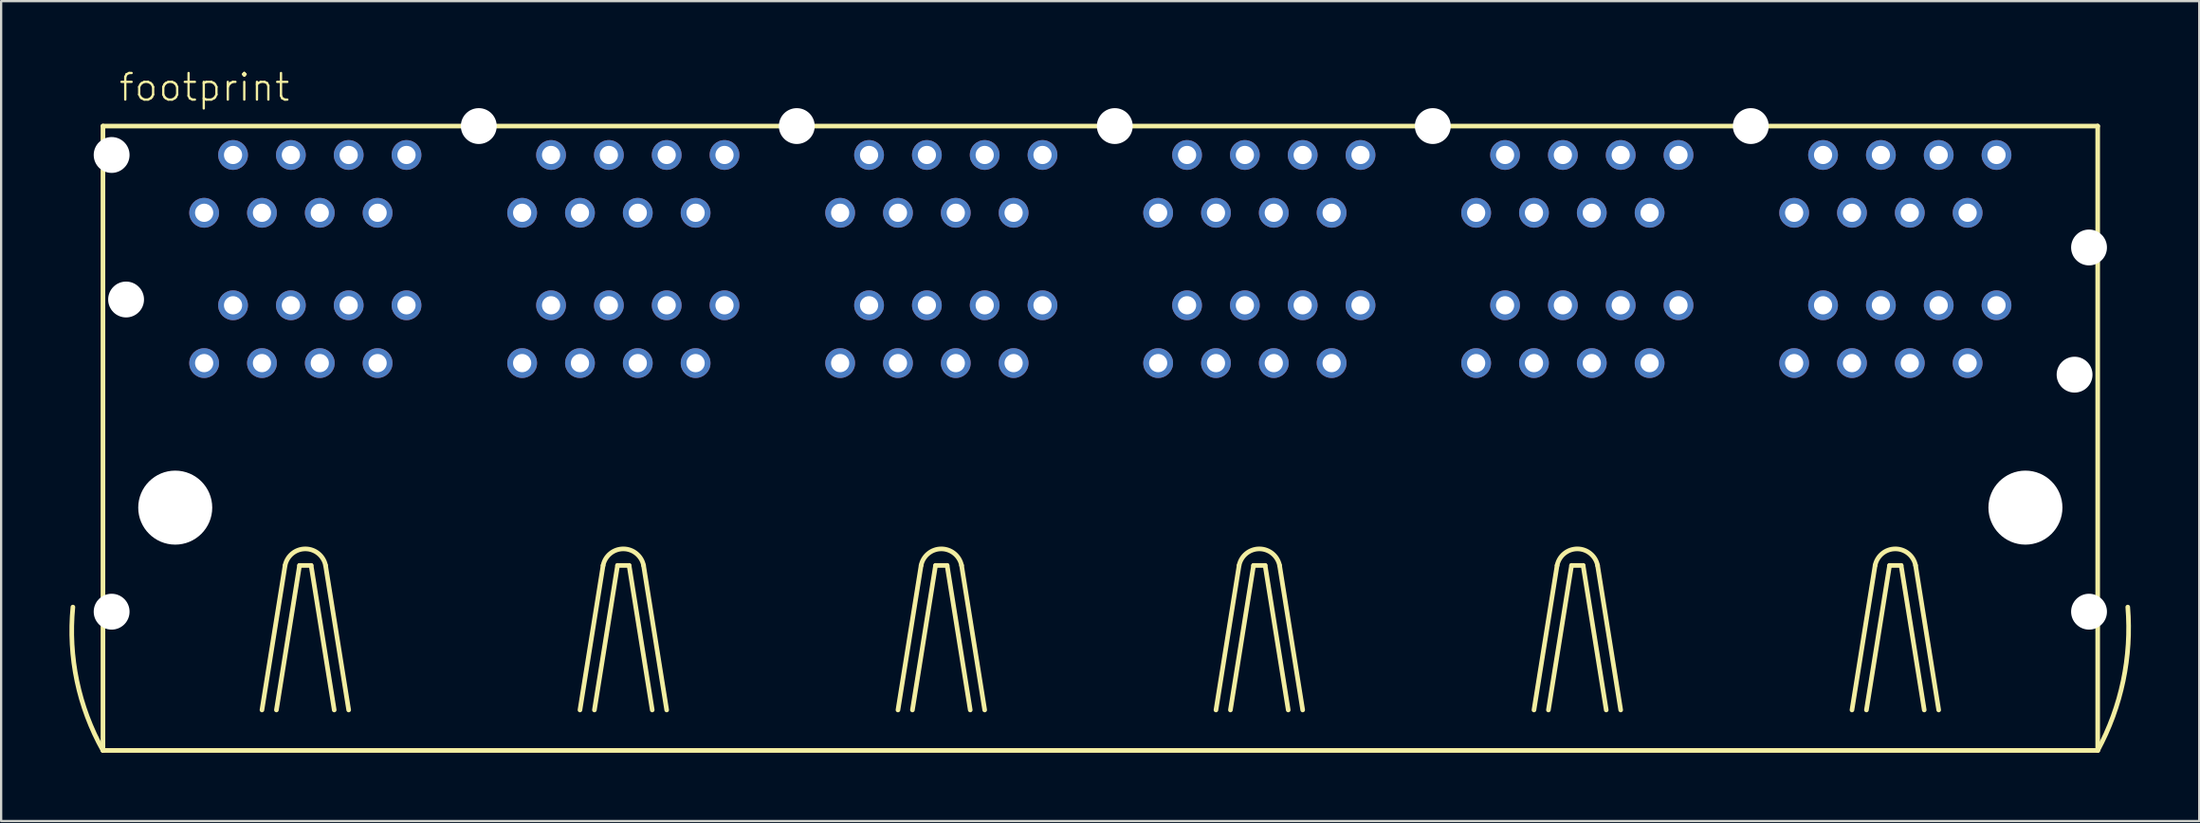
<source format=kicad_pcb>
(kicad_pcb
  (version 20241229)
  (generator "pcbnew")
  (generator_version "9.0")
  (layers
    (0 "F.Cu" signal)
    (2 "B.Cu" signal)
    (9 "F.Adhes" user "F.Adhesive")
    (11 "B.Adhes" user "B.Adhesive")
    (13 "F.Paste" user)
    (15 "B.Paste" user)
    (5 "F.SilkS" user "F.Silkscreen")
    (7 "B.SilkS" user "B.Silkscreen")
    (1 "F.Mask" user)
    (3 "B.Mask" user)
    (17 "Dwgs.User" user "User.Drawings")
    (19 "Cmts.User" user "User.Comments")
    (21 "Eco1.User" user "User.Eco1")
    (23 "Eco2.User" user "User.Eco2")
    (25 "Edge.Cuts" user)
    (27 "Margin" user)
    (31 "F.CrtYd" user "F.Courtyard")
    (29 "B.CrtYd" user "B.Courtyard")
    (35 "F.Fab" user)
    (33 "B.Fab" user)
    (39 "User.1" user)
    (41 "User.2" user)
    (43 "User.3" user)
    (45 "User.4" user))
  (footprint "footprint"
    (layer "F.Cu")
    (at 45.288 19.253)
    (property "Reference" "footprint" (at -43.18 -17.78 0) (layer "F.SilkS") (effects (font (size 1.168 1.168) (thickness 0.102)) (justify left bottom)))
    (fp_line (start -43.815 -16.764) (end -43.815 10.668) (stroke (width 0.203) (type solid)) (layer "F.SilkS"))
    (fp_line (start -43.815 10.668) (end 43.815 10.668) (stroke (width 0.203) (type solid)) (layer "F.SilkS"))
    (fp_line (start -36.83 8.89) (end -35.814 2.54) (stroke (width 0.203) (type solid)) (layer "F.SilkS"))
    (fp_line (start -36.195 8.89) (end -35.179 2.54) (stroke (width 0.203) (type solid)) (layer "F.SilkS"))
    (fp_line (start -35.179 2.54) (end -34.671 2.54) (stroke (width 0.203) (type solid)) (layer "F.SilkS"))
    (fp_line (start -34.671 2.54) (end -33.655 8.89) (stroke (width 0.203) (type solid)) (layer "F.SilkS"))
    (fp_line (start -34.036 2.54) (end -33.02 8.89) (stroke (width 0.203) (type solid)) (layer "F.SilkS"))
    (fp_line (start -22.86 8.89) (end -21.844 2.54) (stroke (width 0.203) (type solid)) (layer "F.SilkS"))
    (fp_line (start -22.225 8.89) (end -21.209 2.54) (stroke (width 0.203) (type solid)) (layer "F.SilkS"))
    (fp_line (start -21.209 2.54) (end -20.701 2.54) (stroke (width 0.203) (type solid)) (layer "F.SilkS"))
    (fp_line (start -20.701 2.54) (end -19.685 8.89) (stroke (width 0.203) (type solid)) (layer "F.SilkS"))
    (fp_line (start -20.066 2.54) (end -19.05 8.89) (stroke (width 0.203) (type solid)) (layer "F.SilkS"))
    (fp_line (start -8.89 8.89) (end -7.874 2.54) (stroke (width 0.203) (type solid)) (layer "F.SilkS"))
    (fp_line (start -8.255 8.89) (end -7.239 2.54) (stroke (width 0.203) (type solid)) (layer "F.SilkS"))
    (fp_line (start -7.239 2.54) (end -6.731 2.54) (stroke (width 0.203) (type solid)) (layer "F.SilkS"))
    (fp_line (start -6.731 2.54) (end -5.715 8.89) (stroke (width 0.203) (type solid)) (layer "F.SilkS"))
    (fp_line (start -6.096 2.54) (end -5.08 8.89) (stroke (width 0.203) (type solid)) (layer "F.SilkS"))
    (fp_line (start 5.08 8.89) (end 6.096 2.54) (stroke (width 0.203) (type solid)) (layer "F.SilkS"))
    (fp_line (start 5.715 8.89) (end 6.731 2.54) (stroke (width 0.203) (type solid)) (layer "F.SilkS"))
    (fp_line (start 6.731 2.54) (end 7.239 2.54) (stroke (width 0.203) (type solid)) (layer "F.SilkS"))
    (fp_line (start 7.239 2.54) (end 8.255 8.89) (stroke (width 0.203) (type solid)) (layer "F.SilkS"))
    (fp_line (start 7.874 2.54) (end 8.89 8.89) (stroke (width 0.203) (type solid)) (layer "F.SilkS"))
    (fp_line (start 19.05 8.89) (end 20.066 2.54) (stroke (width 0.203) (type solid)) (layer "F.SilkS"))
    (fp_line (start 19.685 8.89) (end 20.701 2.54) (stroke (width 0.203) (type solid)) (layer "F.SilkS"))
    (fp_line (start 20.701 2.54) (end 21.209 2.54) (stroke (width 0.203) (type solid)) (layer "F.SilkS"))
    (fp_line (start 21.209 2.54) (end 22.225 8.89) (stroke (width 0.203) (type solid)) (layer "F.SilkS"))
    (fp_line (start 21.844 2.54) (end 22.86 8.89) (stroke (width 0.203) (type solid)) (layer "F.SilkS"))
    (fp_line (start 33.02 8.89) (end 34.036 2.54) (stroke (width 0.203) (type solid)) (layer "F.SilkS"))
    (fp_line (start 33.655 8.89) (end 34.671 2.54) (stroke (width 0.203) (type solid)) (layer "F.SilkS"))
    (fp_line (start 34.671 2.54) (end 35.179 2.54) (stroke (width 0.203) (type solid)) (layer "F.SilkS"))
    (fp_line (start 35.179 2.54) (end 36.195 8.89) (stroke (width 0.203) (type solid)) (layer "F.SilkS"))
    (fp_line (start 35.814 2.54) (end 36.83 8.89) (stroke (width 0.203) (type solid)) (layer "F.SilkS"))
    (fp_line (start 43.815 -16.764) (end -43.815 -16.764) (stroke (width 0.203) (type solid)) (layer "F.SilkS"))
    (fp_line (start 43.815 10.668) (end 43.815 -16.764) (stroke (width 0.203) (type solid)) (layer "F.SilkS"))
    (fp_arc (start -43.814999 10.668) (mid -44.958084 7.619608) (end -45.1358 4.3688) (stroke (width 0.2032) (type solid)) (layer "F.SilkS"))
    (fp_arc (start -35.814 2.54) (mid -34.925 1.812319) (end -34.036 2.54) (stroke (width 0.2032) (type solid)) (layer "F.SilkS"))
    (fp_arc (start -21.844 2.54) (mid -20.955 1.812319) (end -20.066 2.54) (stroke (width 0.2032) (type solid)) (layer "F.SilkS"))
    (fp_arc (start -7.874 2.54) (mid -6.985 1.812319) (end -6.096 2.54) (stroke (width 0.2032) (type solid)) (layer "F.SilkS"))
    (fp_arc (start 6.096 2.54) (mid 6.985 1.812319) (end 7.874 2.54) (stroke (width 0.2032) (type solid)) (layer "F.SilkS"))
    (fp_arc (start 20.066 2.54) (mid 20.955 1.812319) (end 21.844 2.54) (stroke (width 0.2032) (type solid)) (layer "F.SilkS"))
    (fp_arc (start 34.036 2.54) (mid 34.925 1.812319) (end 35.814 2.54) (stroke (width 0.2032) (type solid)) (layer "F.SilkS"))
    (fp_arc (start 45.1358 4.3688) (mid 44.933237 7.614398) (end 43.815 10.668) (stroke (width 0.2032) (type solid)) (layer "F.SilkS"))
    (pad "" np_thru_hole circle (at -43.434 -15.494) (size 1.575 1.575) (drill 1.575) (layers "*.Cu" "*.Mask"))
    (pad "" np_thru_hole circle (at -43.434 4.572) (size 1.575 1.575) (drill 1.575) (layers "*.Cu" "*.Mask"))
    (pad "" np_thru_hole circle (at -42.799 -9.144) (size 1.575 1.575) (drill 1.575) (layers "*.Cu" "*.Mask"))
    (pad "" np_thru_hole circle (at -40.64 0) (size 3.251 3.251) (drill 3.251) (layers "*.Cu" "*.Mask"))
    (pad "" np_thru_hole circle (at -27.305 -16.764) (size 1.575 1.575) (drill 1.575) (layers "*.Cu" "*.Mask"))
    (pad "" np_thru_hole circle (at -13.335 -16.764) (size 1.575 1.575) (drill 1.575) (layers "*.Cu" "*.Mask"))
    (pad "" np_thru_hole circle (at 0.635 -16.764) (size 1.575 1.575) (drill 1.575) (layers "*.Cu" "*.Mask"))
    (pad "" np_thru_hole circle (at 14.605 -16.764) (size 1.575 1.575) (drill 1.575) (layers "*.Cu" "*.Mask"))
    (pad "" np_thru_hole circle (at 28.575 -16.764) (size 1.575 1.575) (drill 1.575) (layers "*.Cu" "*.Mask"))
    (pad "" np_thru_hole circle (at 40.64 0) (size 3.251 3.251) (drill 3.251) (layers "*.Cu" "*.Mask"))
    (pad "" np_thru_hole circle (at 42.799 -5.842) (size 1.575 1.575) (drill 1.575) (layers "*.Cu" "*.Mask"))
    (pad "" np_thru_hole circle (at 43.434 -11.43) (size 1.575 1.575) (drill 1.575) (layers "*.Cu" "*.Mask"))
    (pad "" np_thru_hole circle (at 43.434 4.572) (size 1.575 1.575) (drill 1.575) (layers "*.Cu" "*.Mask"))
    (pad "A1-1" thru_hole circle (at -39.37 -6.35) (size 1.308 1.308) (drill 0.8) (layers "*.Cu" "*.Mask"))
    (pad "A1-2" thru_hole circle (at -38.1 -8.89) (size 1.308 1.308) (drill 0.8) (layers "*.Cu" "*.Mask"))
    (pad "A1-3" thru_hole circle (at -36.83 -6.35) (size 1.308 1.308) (drill 0.8) (layers "*.Cu" "*.Mask"))
    (pad "A1-4" thru_hole circle (at -35.56 -8.89) (size 1.308 1.308) (drill 0.8) (layers "*.Cu" "*.Mask"))
    (pad "A1-5" thru_hole circle (at -34.29 -6.35) (size 1.308 1.308) (drill 0.8) (layers "*.Cu" "*.Mask"))
    (pad "A1-6" thru_hole circle (at -33.02 -8.89) (size 1.308 1.308) (drill 0.8) (layers "*.Cu" "*.Mask"))
    (pad "A1-7" thru_hole circle (at -31.75 -6.35) (size 1.308 1.308) (drill 0.8) (layers "*.Cu" "*.Mask"))
    (pad "A1-8" thru_hole circle (at -30.48 -8.89) (size 1.308 1.308) (drill 0.8) (layers "*.Cu" "*.Mask"))
    (pad "A2-1" thru_hole circle (at -30.48 -15.494) (size 1.308 1.308) (drill 0.8) (layers "*.Cu" "*.Mask"))
    (pad "A2-2" thru_hole circle (at -31.75 -12.954) (size 1.308 1.308) (drill 0.8) (layers "*.Cu" "*.Mask"))
    (pad "A2-3" thru_hole circle (at -33.02 -15.494) (size 1.308 1.308) (drill 0.8) (layers "*.Cu" "*.Mask"))
    (pad "A2-4" thru_hole circle (at -34.29 -12.954) (size 1.308 1.308) (drill 0.8) (layers "*.Cu" "*.Mask"))
    (pad "A2-5" thru_hole circle (at -35.56 -15.494) (size 1.308 1.308) (drill 0.8) (layers "*.Cu" "*.Mask"))
    (pad "A2-6" thru_hole circle (at -36.83 -12.954) (size 1.308 1.308) (drill 0.8) (layers "*.Cu" "*.Mask"))
    (pad "A2-7" thru_hole circle (at -38.1 -15.494) (size 1.308 1.308) (drill 0.8) (layers "*.Cu" "*.Mask"))
    (pad "A2-8" thru_hole circle (at -39.37 -12.954) (size 1.308 1.308) (drill 0.8) (layers "*.Cu" "*.Mask"))
    (pad "B1-1" thru_hole circle (at -25.4 -6.35) (size 1.308 1.308) (drill 0.8) (layers "*.Cu" "*.Mask"))
    (pad "B1-2" thru_hole circle (at -24.13 -8.89) (size 1.308 1.308) (drill 0.8) (layers "*.Cu" "*.Mask"))
    (pad "B1-3" thru_hole circle (at -22.86 -6.35) (size 1.308 1.308) (drill 0.8) (layers "*.Cu" "*.Mask"))
    (pad "B1-4" thru_hole circle (at -21.59 -8.89) (size 1.308 1.308) (drill 0.8) (layers "*.Cu" "*.Mask"))
    (pad "B1-5" thru_hole circle (at -20.32 -6.35) (size 1.308 1.308) (drill 0.8) (layers "*.Cu" "*.Mask"))
    (pad "B1-6" thru_hole circle (at -19.05 -8.89) (size 1.308 1.308) (drill 0.8) (layers "*.Cu" "*.Mask"))
    (pad "B1-7" thru_hole circle (at -17.78 -6.35) (size 1.308 1.308) (drill 0.8) (layers "*.Cu" "*.Mask"))
    (pad "B1-8" thru_hole circle (at -16.51 -8.89) (size 1.308 1.308) (drill 0.8) (layers "*.Cu" "*.Mask"))
    (pad "B2-1" thru_hole circle (at -16.51 -15.494) (size 1.308 1.308) (drill 0.8) (layers "*.Cu" "*.Mask"))
    (pad "B2-2" thru_hole circle (at -17.78 -12.954) (size 1.308 1.308) (drill 0.8) (layers "*.Cu" "*.Mask"))
    (pad "B2-3" thru_hole circle (at -19.05 -15.494) (size 1.308 1.308) (drill 0.8) (layers "*.Cu" "*.Mask"))
    (pad "B2-4" thru_hole circle (at -20.32 -12.954) (size 1.308 1.308) (drill 0.8) (layers "*.Cu" "*.Mask"))
    (pad "B2-5" thru_hole circle (at -21.59 -15.494) (size 1.308 1.308) (drill 0.8) (layers "*.Cu" "*.Mask"))
    (pad "B2-6" thru_hole circle (at -22.86 -12.954) (size 1.308 1.308) (drill 0.8) (layers "*.Cu" "*.Mask"))
    (pad "B2-7" thru_hole circle (at -24.13 -15.494) (size 1.308 1.308) (drill 0.8) (layers "*.Cu" "*.Mask"))
    (pad "B2-8" thru_hole circle (at -25.4 -12.954) (size 1.308 1.308) (drill 0.8) (layers "*.Cu" "*.Mask"))
    (pad "C1-1" thru_hole circle (at -11.43 -6.35) (size 1.308 1.308) (drill 0.8) (layers "*.Cu" "*.Mask"))
    (pad "C1-2" thru_hole circle (at -10.16 -8.89) (size 1.308 1.308) (drill 0.8) (layers "*.Cu" "*.Mask"))
    (pad "C1-3" thru_hole circle (at -8.89 -6.35) (size 1.308 1.308) (drill 0.8) (layers "*.Cu" "*.Mask"))
    (pad "C1-4" thru_hole circle (at -7.62 -8.89) (size 1.308 1.308) (drill 0.8) (layers "*.Cu" "*.Mask"))
    (pad "C1-5" thru_hole circle (at -6.35 -6.35) (size 1.308 1.308) (drill 0.8) (layers "*.Cu" "*.Mask"))
    (pad "C1-6" thru_hole circle (at -5.08 -8.89) (size 1.308 1.308) (drill 0.8) (layers "*.Cu" "*.Mask"))
    (pad "C1-7" thru_hole circle (at -3.81 -6.35) (size 1.308 1.308) (drill 0.8) (layers "*.Cu" "*.Mask"))
    (pad "C1-8" thru_hole circle (at -2.54 -8.89) (size 1.308 1.308) (drill 0.8) (layers "*.Cu" "*.Mask"))
    (pad "C2-1" thru_hole circle (at -2.54 -15.494) (size 1.308 1.308) (drill 0.8) (layers "*.Cu" "*.Mask"))
    (pad "C2-2" thru_hole circle (at -3.81 -12.954) (size 1.308 1.308) (drill 0.8) (layers "*.Cu" "*.Mask"))
    (pad "C2-3" thru_hole circle (at -5.08 -15.494) (size 1.308 1.308) (drill 0.8) (layers "*.Cu" "*.Mask"))
    (pad "C2-4" thru_hole circle (at -6.35 -12.954) (size 1.308 1.308) (drill 0.8) (layers "*.Cu" "*.Mask"))
    (pad "C2-5" thru_hole circle (at -7.62 -15.494) (size 1.308 1.308) (drill 0.8) (layers "*.Cu" "*.Mask"))
    (pad "C2-6" thru_hole circle (at -8.89 -12.954) (size 1.308 1.308) (drill 0.8) (layers "*.Cu" "*.Mask"))
    (pad "C2-7" thru_hole circle (at -10.16 -15.494) (size 1.308 1.308) (drill 0.8) (layers "*.Cu" "*.Mask"))
    (pad "C2-8" thru_hole circle (at -11.43 -12.954) (size 1.308 1.308) (drill 0.8) (layers "*.Cu" "*.Mask"))
    (pad "D1-1" thru_hole circle (at 2.54 -6.35) (size 1.308 1.308) (drill 0.8) (layers "*.Cu" "*.Mask"))
    (pad "D1-2" thru_hole circle (at 3.81 -8.89) (size 1.308 1.308) (drill 0.8) (layers "*.Cu" "*.Mask"))
    (pad "D1-3" thru_hole circle (at 5.08 -6.35) (size 1.308 1.308) (drill 0.8) (layers "*.Cu" "*.Mask"))
    (pad "D1-4" thru_hole circle (at 6.35 -8.89) (size 1.308 1.308) (drill 0.8) (layers "*.Cu" "*.Mask"))
    (pad "D1-5" thru_hole circle (at 7.62 -6.35) (size 1.308 1.308) (drill 0.8) (layers "*.Cu" "*.Mask"))
    (pad "D1-6" thru_hole circle (at 8.89 -8.89) (size 1.308 1.308) (drill 0.8) (layers "*.Cu" "*.Mask"))
    (pad "D1-7" thru_hole circle (at 10.16 -6.35) (size 1.308 1.308) (drill 0.8) (layers "*.Cu" "*.Mask"))
    (pad "D1-8" thru_hole circle (at 11.43 -8.89) (size 1.308 1.308) (drill 0.8) (layers "*.Cu" "*.Mask"))
    (pad "D2-1" thru_hole circle (at 11.43 -15.494) (size 1.308 1.308) (drill 0.8) (layers "*.Cu" "*.Mask"))
    (pad "D2-2" thru_hole circle (at 10.16 -12.954) (size 1.308 1.308) (drill 0.8) (layers "*.Cu" "*.Mask"))
    (pad "D2-3" thru_hole circle (at 8.89 -15.494) (size 1.308 1.308) (drill 0.8) (layers "*.Cu" "*.Mask"))
    (pad "D2-4" thru_hole circle (at 7.62 -12.954) (size 1.308 1.308) (drill 0.8) (layers "*.Cu" "*.Mask"))
    (pad "D2-5" thru_hole circle (at 6.35 -15.494) (size 1.308 1.308) (drill 0.8) (layers "*.Cu" "*.Mask"))
    (pad "D2-6" thru_hole circle (at 5.08 -12.954) (size 1.308 1.308) (drill 0.8) (layers "*.Cu" "*.Mask"))
    (pad "D2-7" thru_hole circle (at 3.81 -15.494) (size 1.308 1.308) (drill 0.8) (layers "*.Cu" "*.Mask"))
    (pad "D2-8" thru_hole circle (at 2.54 -12.954) (size 1.308 1.308) (drill 0.8) (layers "*.Cu" "*.Mask"))
    (pad "E1-1" thru_hole circle (at 16.51 -6.35) (size 1.308 1.308) (drill 0.8) (layers "*.Cu" "*.Mask"))
    (pad "E1-2" thru_hole circle (at 17.78 -8.89) (size 1.308 1.308) (drill 0.8) (layers "*.Cu" "*.Mask"))
    (pad "E1-3" thru_hole circle (at 19.05 -6.35) (size 1.308 1.308) (drill 0.8) (layers "*.Cu" "*.Mask"))
    (pad "E1-4" thru_hole circle (at 20.32 -8.89) (size 1.308 1.308) (drill 0.8) (layers "*.Cu" "*.Mask"))
    (pad "E1-5" thru_hole circle (at 21.59 -6.35) (size 1.308 1.308) (drill 0.8) (layers "*.Cu" "*.Mask"))
    (pad "E1-6" thru_hole circle (at 22.86 -8.89) (size 1.308 1.308) (drill 0.8) (layers "*.Cu" "*.Mask"))
    (pad "E1-7" thru_hole circle (at 24.13 -6.35) (size 1.308 1.308) (drill 0.8) (layers "*.Cu" "*.Mask"))
    (pad "E1-8" thru_hole circle (at 25.4 -8.89) (size 1.308 1.308) (drill 0.8) (layers "*.Cu" "*.Mask"))
    (pad "E2-1" thru_hole circle (at 25.4 -15.494) (size 1.308 1.308) (drill 0.8) (layers "*.Cu" "*.Mask"))
    (pad "E2-2" thru_hole circle (at 24.13 -12.954) (size 1.308 1.308) (drill 0.8) (layers "*.Cu" "*.Mask"))
    (pad "E2-3" thru_hole circle (at 22.86 -15.494) (size 1.308 1.308) (drill 0.8) (layers "*.Cu" "*.Mask"))
    (pad "E2-4" thru_hole circle (at 21.59 -12.954) (size 1.308 1.308) (drill 0.8) (layers "*.Cu" "*.Mask"))
    (pad "E2-5" thru_hole circle (at 20.32 -15.494) (size 1.308 1.308) (drill 0.8) (layers "*.Cu" "*.Mask"))
    (pad "E2-6" thru_hole circle (at 19.05 -12.954) (size 1.308 1.308) (drill 0.8) (layers "*.Cu" "*.Mask"))
    (pad "E2-7" thru_hole circle (at 17.78 -15.494) (size 1.308 1.308) (drill 0.8) (layers "*.Cu" "*.Mask"))
    (pad "E2-8" thru_hole circle (at 16.51 -12.954) (size 1.308 1.308) (drill 0.8) (layers "*.Cu" "*.Mask"))
    (pad "F1-1" thru_hole circle (at 30.48 -6.35) (size 1.308 1.308) (drill 0.8) (layers "*.Cu" "*.Mask"))
    (pad "F1-2" thru_hole circle (at 31.75 -8.89) (size 1.308 1.308) (drill 0.8) (layers "*.Cu" "*.Mask"))
    (pad "F1-3" thru_hole circle (at 33.02 -6.35) (size 1.308 1.308) (drill 0.8) (layers "*.Cu" "*.Mask"))
    (pad "F1-4" thru_hole circle (at 34.29 -8.89) (size 1.308 1.308) (drill 0.8) (layers "*.Cu" "*.Mask"))
    (pad "F1-5" thru_hole circle (at 35.56 -6.35) (size 1.308 1.308) (drill 0.8) (layers "*.Cu" "*.Mask"))
    (pad "F1-6" thru_hole circle (at 36.83 -8.89) (size 1.308 1.308) (drill 0.8) (layers "*.Cu" "*.Mask"))
    (pad "F1-7" thru_hole circle (at 38.1 -6.35) (size 1.308 1.308) (drill 0.8) (layers "*.Cu" "*.Mask"))
    (pad "F1-8" thru_hole circle (at 39.37 -8.89) (size 1.308 1.308) (drill 0.8) (layers "*.Cu" "*.Mask"))
    (pad "F2-1" thru_hole circle (at 38.1 -12.954) (size 1.308 1.308) (drill 0.8) (layers "*.Cu" "*.Mask"))
    (pad "F2-2" thru_hole circle (at 39.37 -15.494) (size 1.308 1.308) (drill 0.8) (layers "*.Cu" "*.Mask"))
    (pad "F2-3" thru_hole circle (at 36.83 -15.494) (size 1.308 1.308) (drill 0.8) (layers "*.Cu" "*.Mask"))
    (pad "F2-4" thru_hole circle (at 35.56 -12.954) (size 1.308 1.308) (drill 0.8) (layers "*.Cu" "*.Mask"))
    (pad "F2-5" thru_hole circle (at 34.29 -15.494) (size 1.308 1.308) (drill 0.8) (layers "*.Cu" "*.Mask"))
    (pad "F2-6" thru_hole circle (at 33.02 -12.954) (size 1.308 1.308) (drill 0.8) (layers "*.Cu" "*.Mask"))
    (pad "F2-7" thru_hole circle (at 31.75 -15.494) (size 1.308 1.308) (drill 0.8) (layers "*.Cu" "*.Mask"))
    (pad "F2-8" thru_hole circle (at 30.48 -12.954) (size 1.308 1.308) (drill 0.8) (layers "*.Cu" "*.Mask")))
  (gr_rect
    (start -3 -3)
    (end 93.564 33.023)
    (stroke (width 0.1) (type default))
    (fill no)
    (layer "Edge.Cuts")))
</source>
